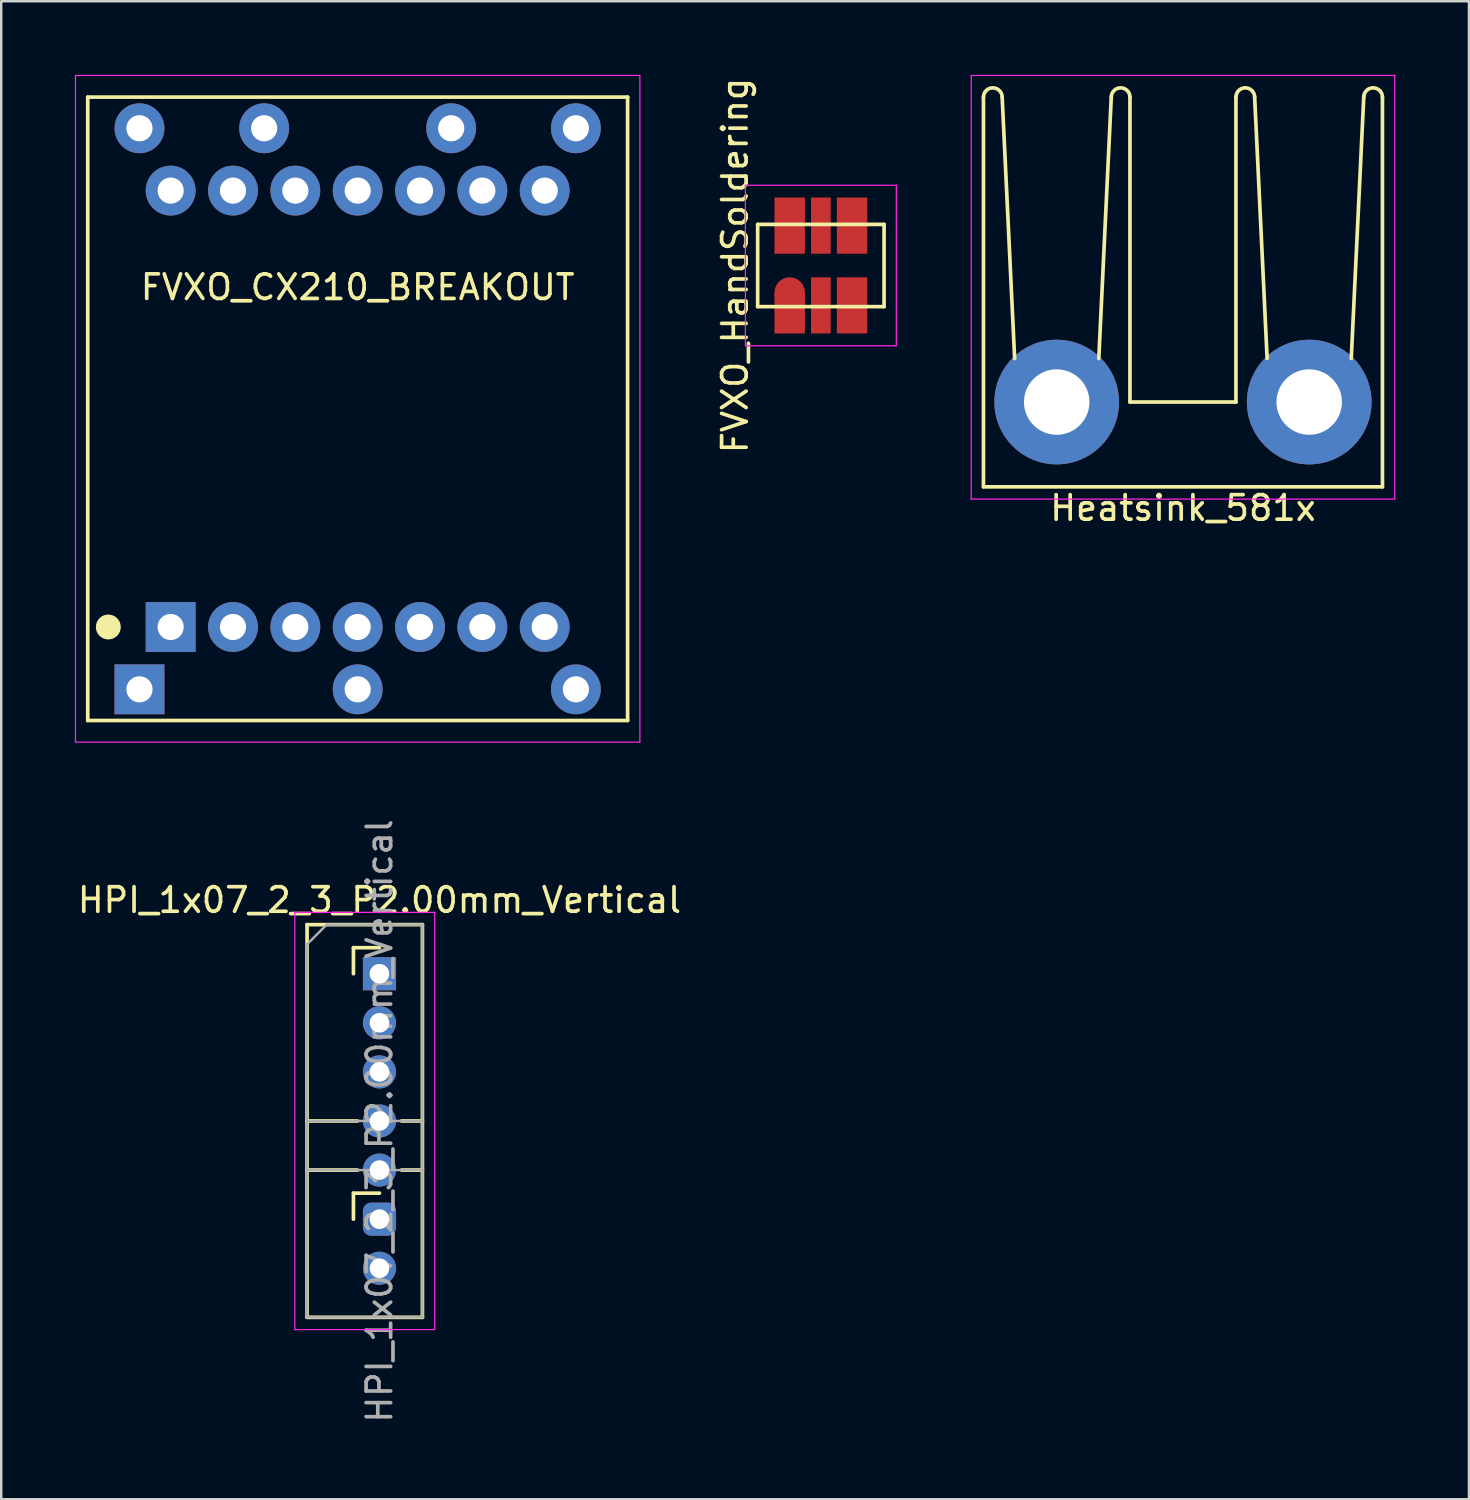
<source format=kicad_pcb>
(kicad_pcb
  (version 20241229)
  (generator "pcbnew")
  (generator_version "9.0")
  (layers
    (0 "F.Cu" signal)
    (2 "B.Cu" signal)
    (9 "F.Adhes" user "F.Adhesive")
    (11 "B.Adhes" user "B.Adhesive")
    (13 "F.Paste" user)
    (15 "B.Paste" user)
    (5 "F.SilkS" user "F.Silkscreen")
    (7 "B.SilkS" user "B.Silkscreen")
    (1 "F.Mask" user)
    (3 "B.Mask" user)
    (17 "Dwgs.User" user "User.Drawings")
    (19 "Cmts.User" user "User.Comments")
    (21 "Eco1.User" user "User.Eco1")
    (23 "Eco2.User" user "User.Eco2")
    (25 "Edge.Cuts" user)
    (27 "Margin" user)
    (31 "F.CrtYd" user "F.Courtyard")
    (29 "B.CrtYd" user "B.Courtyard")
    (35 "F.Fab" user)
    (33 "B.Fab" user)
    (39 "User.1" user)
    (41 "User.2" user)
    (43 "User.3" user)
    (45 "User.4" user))
  (footprint "FVXO_CX210_BREAKOUT"
    (layer "F.Cu")
    (at 11.523 13.606)
    (property "Reference" "FVXO_CX210_BREAKOUT" (at 0 -4.953 0) (layer "F.SilkS") (effects (font (size 1 1) (thickness 0.15))))
    (attr through_hole)
    (fp_line (start -10.998 -12.7) (end -10.998 12.7) (stroke (width 0.15) (type solid)) (layer "F.SilkS"))
    (fp_line (start -10.998 12.7) (end 10.998 12.7) (stroke (width 0.15) (type solid)) (layer "F.SilkS"))
    (fp_line (start 10.998 -12.7) (end -10.998 -12.7) (stroke (width 0.15) (type solid)) (layer "F.SilkS"))
    (fp_line (start 10.998 12.7) (end 10.998 -12.7) (stroke (width 0.15) (type solid)) (layer "F.SilkS"))
    (fp_circle (center -10.16 8.89) (end -9.906 8.89) (stroke (width 0.508) (type solid)) (fill no) (layer "F.SilkS"))
    (fp_line (start -11.498 -13.581) (end -11.498 13.581) (stroke (width 0.05) (type solid)) (layer "F.CrtYd"))
    (fp_line (start -11.498 13.581) (end 11.498 13.581) (stroke (width 0.05) (type solid)) (layer "F.CrtYd"))
    (fp_line (start 11.498 -13.581) (end -11.498 -13.581) (stroke (width 0.05) (type solid)) (layer "F.CrtYd"))
    (fp_line (start 11.498 13.581) (end 11.498 -13.581) (stroke (width 0.05) (type solid)) (layer "F.CrtYd"))
    (pad "0" thru_hole circle (at -5.08 -8.89) (size 2.032 2.032) (drill 1.067) (layers "*.Cu" "*.Mask"))
    (pad "0" thru_hole circle (at -5.08 8.89) (size 2.032 2.032) (drill 1.067) (layers "*.Cu" "*.Mask"))
    (pad "0" thru_hole circle (at -2.54 8.89) (size 2.032 2.032) (drill 1.067) (layers "*.Cu" "*.Mask"))
    (pad "0" thru_hole circle (at 0 -8.89) (size 2.032 2.032) (drill 1.067) (layers "*.Cu" "*.Mask"))
    (pad "0" thru_hole circle (at 2.54 8.89) (size 2.032 2.032) (drill 1.067) (layers "*.Cu" "*.Mask"))
    (pad "0" thru_hole circle (at 5.08 -8.89) (size 2.032 2.032) (drill 1.067) (layers "*.Cu" "*.Mask"))
    (pad "0" thru_hole circle (at 5.08 8.89) (size 2.032 2.032) (drill 1.067) (layers "*.Cu" "*.Mask"))
    (pad "1" thru_hole rect (at -8.89 11.43) (size 2.032 2.032) (drill 1.067) (layers "*.Cu" "*.Mask"))
    (pad "1" thru_hole rect (at -7.62 8.89) (size 2.032 2.032) (drill 1.067) (layers "*.Cu" "*.Mask"))
    (pad "2" thru_hole circle (at 0 8.89) (size 2.032 2.032) (drill 1.067) (layers "*.Cu" "*.Mask"))
    (pad "2" thru_hole circle (at 0 11.43) (size 2.032 2.032) (drill 1.067) (layers "*.Cu" "*.Mask"))
    (pad "3" thru_hole circle (at 7.62 8.89) (size 2.032 2.032) (drill 1.067) (layers "*.Cu" "*.Mask"))
    (pad "3" thru_hole circle (at 8.89 11.43) (size 2.032 2.032) (drill 1.067) (layers "*.Cu" "*.Mask"))
    (pad "4" thru_hole circle (at 7.62 -8.89) (size 2.032 2.032) (drill 1.067) (layers "*.Cu" "*.Mask"))
    (pad "4" thru_hole circle (at 8.89 -11.43) (size 2.032 2.032) (drill 1.067) (layers "*.Cu" "*.Mask"))
    (pad "5" thru_hole circle (at 2.54 -8.89) (size 2.032 2.032) (drill 1.067) (layers "*.Cu" "*.Mask"))
    (pad "5" thru_hole circle (at 3.81 -11.43) (size 2.032 2.032) (drill 1.067) (layers "*.Cu" "*.Mask"))
    (pad "6" thru_hole circle (at -3.81 -11.43) (size 2.032 2.032) (drill 1.067) (layers "*.Cu" "*.Mask"))
    (pad "6" thru_hole circle (at -2.54 -8.89) (size 2.032 2.032) (drill 1.067) (layers "*.Cu" "*.Mask"))
    (pad "7" thru_hole circle (at -8.89 -11.43) (size 2.032 2.032) (drill 1.067) (layers "*.Cu" "*.Mask"))
    (pad "7" thru_hole circle (at -7.62 -8.89) (size 2.032 2.032) (drill 1.067) (layers "*.Cu" "*.Mask")))
  (footprint "FVXO_HandSoldering"
    (layer "F.Cu")
    (at 30.395 7.768)
    (property "Reference" "FVXO_HandSoldering" (at -3.5 0 90) (layer "F.SilkS") (effects (font (size 1 1) (thickness 0.15))))
    (attr through_hole)
    (fp_line (start -2.575 -1.675) (end -2.575 1.675) (stroke (width 0.15) (type solid)) (layer "F.SilkS"))
    (fp_line (start -2.575 1.675) (end 2.575 1.675) (stroke (width 0.15) (type solid)) (layer "F.SilkS"))
    (fp_line (start 2.575 -1.675) (end -2.575 -1.675) (stroke (width 0.15) (type solid)) (layer "F.SilkS"))
    (fp_line (start 2.575 1.675) (end 2.575 -1.675) (stroke (width 0.15) (type solid)) (layer "F.SilkS"))
    (fp_line (start -3.075 -3.27) (end -3.075 3.27) (stroke (width 0.05) (type solid)) (layer "F.CrtYd"))
    (fp_line (start -3.075 3.27) (end 3.075 3.27) (stroke (width 0.05) (type solid)) (layer "F.CrtYd"))
    (fp_line (start 3.075 -3.27) (end -3.075 -3.27) (stroke (width 0.05) (type solid)) (layer "F.CrtYd"))
    (fp_line (start 3.075 3.27) (end 3.075 -3.27) (stroke (width 0.05) (type solid)) (layer "F.CrtYd"))
    (pad "1" smd oval (at -1.27 1.125) (size 1.24 1.29) (layers "F.Cu" "F.Mask" "F.Paste"))
    (pad "1" smd rect (at -1.27 1.948) (size 1.24 1.645) (layers "F.Cu" "F.Mask" "F.Paste"))
    (pad "2" smd rect (at 0 1.625) (size 0.8 2.29) (layers "F.Cu" "F.Mask" "F.Paste"))
    (pad "3" smd rect (at 1.27 1.625) (size 1.24 2.29) (layers "F.Cu" "F.Mask" "F.Paste"))
    (pad "4" smd rect (at 1.27 -1.625) (size 1.24 2.29) (layers "F.Cu" "F.Mask" "F.Paste"))
    (pad "5" smd rect (at 0 -1.625) (size 0.8 2.29) (layers "F.Cu" "F.Mask" "F.Paste"))
    (pad "6" smd rect (at -1.27 -1.625) (size 1.24 2.29) (layers "F.Cu" "F.Mask" "F.Paste")))
  (footprint "HPI_1x07_2_3_P2.00mm_Vertical"
    (layer "F.Cu")
    (at 12.411 36.623)
    (property "Reference" "HPI_1x07_2_3_P2.00mm_Vertical" (at 0 -3 0) (layer "F.SilkS") (effects (font (size 1 1) (thickness 0.15))))
    (attr through_hole)
    (fp_line (start -2.95 -2) (end -2.95 14) (stroke (width 0.15) (type solid)) (layer "F.SilkS"))
    (fp_line (start -2.95 14) (end 1.75 14) (stroke (width 0.15) (type solid)) (layer "F.SilkS"))
    (fp_line (start -1.06 -1.06) (end 0 -1.06) (stroke (width 0.15) (type solid)) (layer "F.SilkS"))
    (fp_line (start -1.06 0) (end -1.06 -1.06) (stroke (width 0.15) (type solid)) (layer "F.SilkS"))
    (fp_line (start -1.06 8.94) (end 0 8.94) (stroke (width 0.15) (type solid)) (layer "F.SilkS"))
    (fp_line (start -1.06 10) (end -1.06 8.94) (stroke (width 0.15) (type solid)) (layer "F.SilkS"))
    (fp_line (start -0.9 6) (end -2.95 6) (stroke (width 0.15) (type solid)) (layer "F.SilkS"))
    (fp_line (start -0.9 8) (end -2.95 8) (stroke (width 0.15) (type solid)) (layer "F.SilkS"))
    (fp_line (start 1.75 -2) (end -2.95 -2) (stroke (width 0.15) (type solid)) (layer "F.SilkS"))
    (fp_line (start 1.75 -2) (end 1.75 14) (stroke (width 0.15) (type solid)) (layer "F.SilkS"))
    (fp_line (start 1.75 6) (end 0.9 6) (stroke (width 0.15) (type solid)) (layer "F.SilkS"))
    (fp_line (start 1.75 8) (end 0.9 8) (stroke (width 0.15) (type solid)) (layer "F.SilkS"))
    (fp_line (start -3.45 -2.5) (end -3.45 14.5) (stroke (width 0.05) (type solid)) (layer "F.CrtYd"))
    (fp_line (start -3.45 14.5) (end 2.25 14.5) (stroke (width 0.05) (type solid)) (layer "F.CrtYd"))
    (fp_line (start 2.25 -2.5) (end -3.45 -2.5) (stroke (width 0.05) (type solid)) (layer "F.CrtYd"))
    (fp_line (start 2.25 14.5) (end 2.25 -2.5) (stroke (width 0.05) (type solid)) (layer "F.CrtYd"))
    (fp_line (start -2.95 -1.2) (end -2.15 -2) (stroke (width 0.1) (type solid)) (layer "F.Fab"))
    (fp_line (start -2.95 6) (end 1.75 6) (stroke (width 0.1) (type default)) (layer "F.Fab"))
    (fp_line (start -2.95 8) (end 1.75 8) (stroke (width 0.1) (type default)) (layer "F.Fab"))
    (fp_line (start -2.95 14) (end -2.95 -1.2) (stroke (width 0.1) (type solid)) (layer "F.Fab"))
    (fp_line (start -2.15 -2) (end 1.75 -2) (stroke (width 0.1) (type solid)) (layer "F.Fab"))
    (fp_line (start 1.75 -2) (end 1.75 14) (stroke (width 0.1) (type solid)) (layer "F.Fab"))
    (fp_line (start 1.75 14) (end -2.95 14) (stroke (width 0.1) (type solid)) (layer "F.Fab"))
    (fp_text user "${REFERENCE}" (at 0 6 90) (layer "F.Fab") (effects (font (size 1 1) (thickness 0.15))))
    (pad "1" thru_hole rect (at 0 0) (size 1.35 1.35) (drill 0.8) (layers "*.Cu" "*.Mask"))
    (pad "2" thru_hole circle (at 0 2) (size 1.35 1.35) (drill 0.8) (layers "*.Cu" "*.Mask"))
    (pad "3" thru_hole circle (at 0 4) (size 1.35 1.35) (drill 0.8) (layers "*.Cu" "*.Mask"))
    (pad "4" thru_hole circle (at 0 6) (size 1.35 1.35) (drill 0.8) (layers "*.Cu" "*.Mask"))
    (pad "5" thru_hole circle (at 0 8) (size 1.35 1.35) (drill 0.8) (layers "*.Cu" "*.Mask"))
    (pad "6" thru_hole roundrect (at 0 10) (size 1.35 1.35) (drill 0.8) (layers "*.Cu" "*.Mask") (roundrect_rratio 0.25))
    (pad "7" thru_hole circle (at 0 12) (size 1.35 1.35) (drill 0.8) (layers "*.Cu" "*.Mask")))
  (footprint "Heatsink_581x"
    (layer "F.Cu")
    (at 45.148 16.785)
    (property "Reference" "Heatsink_581x" (at 0 0.864 0) (layer "F.SilkS") (effects (font (size 1 1) (thickness 0.15))))
    (attr through_hole)
    (fp_line (start -8.128 0) (end -8.128 -15.875) (stroke (width 0.15) (type solid)) (layer "F.SilkS"))
    (fp_line (start -8.128 0) (end 8.128 0) (stroke (width 0.15) (type solid)) (layer "F.SilkS"))
    (fp_line (start -7.366 -15.875) (end -6.858 -5.232) (stroke (width 0.15) (type solid)) (layer "F.SilkS"))
    (fp_line (start -3.429 -5.232) (end -2.921 -15.875) (stroke (width 0.15) (type solid)) (layer "F.SilkS"))
    (fp_line (start -2.159 -3.454) (end -2.159 -15.875) (stroke (width 0.15) (type solid)) (layer "F.SilkS"))
    (fp_line (start -2.159 -3.454) (end 2.159 -3.454) (stroke (width 0.15) (type solid)) (layer "F.SilkS"))
    (fp_line (start 2.159 -3.454) (end 2.159 -15.875) (stroke (width 0.15) (type solid)) (layer "F.SilkS"))
    (fp_line (start 2.921 -15.875) (end 3.429 -5.232) (stroke (width 0.15) (type solid)) (layer "F.SilkS"))
    (fp_line (start 6.858 -5.232) (end 7.366 -15.875) (stroke (width 0.15) (type solid)) (layer "F.SilkS"))
    (fp_line (start 8.128 0) (end 8.128 -15.875) (stroke (width 0.15) (type solid)) (layer "F.SilkS"))
    (fp_arc (start -8.128 -15.875) (mid -7.747 -16.256) (end -7.366 -15.875) (stroke (width 0.15) (type solid)) (layer "F.SilkS"))
    (fp_arc (start -2.921 -15.875) (mid -2.54 -16.256) (end -2.159 -15.875) (stroke (width 0.15) (type solid)) (layer "F.SilkS"))
    (fp_arc (start 2.159 -15.875) (mid 2.54 -16.256) (end 2.921 -15.875) (stroke (width 0.15) (type solid)) (layer "F.SilkS"))
    (fp_arc (start 7.366 -15.875) (mid 7.747 -16.256) (end 8.128 -15.875) (stroke (width 0.15) (type solid)) (layer "F.SilkS"))
    (fp_line (start -8.628 -16.76) (end -8.628 0.5) (stroke (width 0.05) (type solid)) (layer "F.CrtYd"))
    (fp_line (start -8.628 0.5) (end 8.628 0.5) (stroke (width 0.05) (type solid)) (layer "F.CrtYd"))
    (fp_line (start 8.628 -16.76) (end -8.628 -16.76) (stroke (width 0.05) (type solid)) (layer "F.CrtYd"))
    (fp_line (start 8.628 0.5) (end 8.628 -16.76) (stroke (width 0.05) (type solid)) (layer "F.CrtYd"))
    (pad "1" thru_hole circle (at -5.144 -3.454) (size 5.08 5.08) (drill 2.667) (layers "*.Cu" "*.Mask"))
    (pad "2" thru_hole circle (at 5.144 -3.454) (size 5.08 5.08) (drill 2.667) (layers "*.Cu" "*.Mask")))
  (gr_rect
    (start -3 -3)
    (end 56.801 58.033)
    (stroke (width 0.1) (type default))
    (fill no)
    (layer "Edge.Cuts")))
</source>
